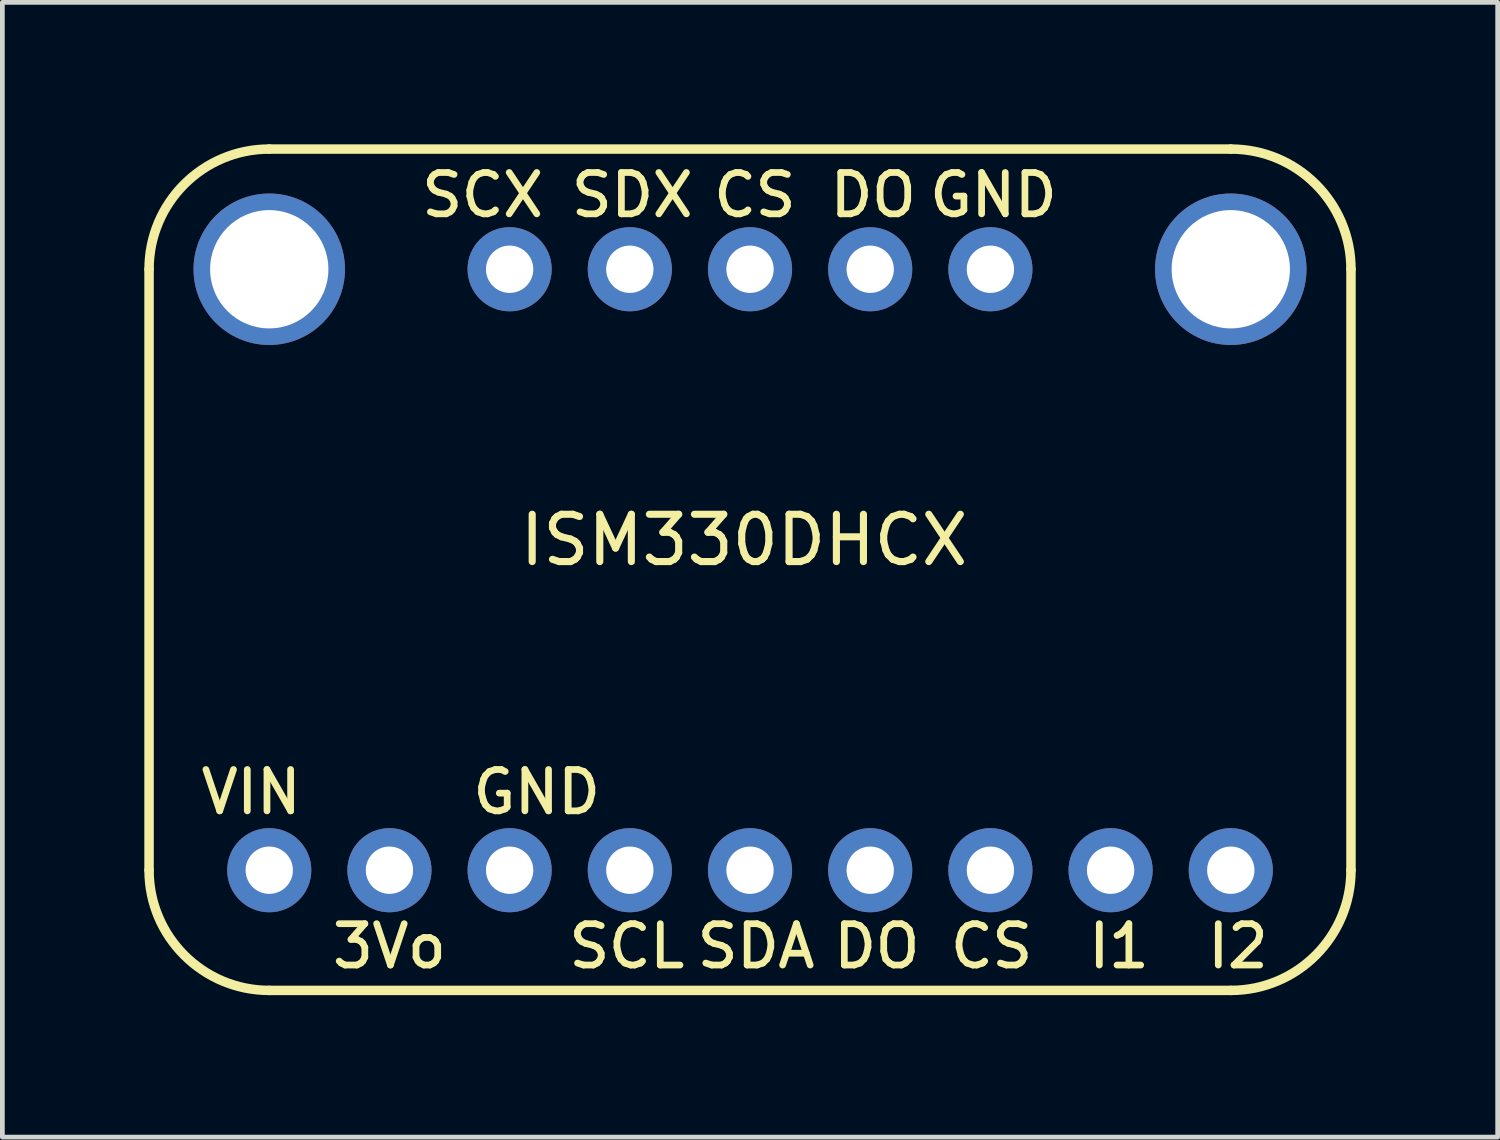
<source format=kicad_pcb>
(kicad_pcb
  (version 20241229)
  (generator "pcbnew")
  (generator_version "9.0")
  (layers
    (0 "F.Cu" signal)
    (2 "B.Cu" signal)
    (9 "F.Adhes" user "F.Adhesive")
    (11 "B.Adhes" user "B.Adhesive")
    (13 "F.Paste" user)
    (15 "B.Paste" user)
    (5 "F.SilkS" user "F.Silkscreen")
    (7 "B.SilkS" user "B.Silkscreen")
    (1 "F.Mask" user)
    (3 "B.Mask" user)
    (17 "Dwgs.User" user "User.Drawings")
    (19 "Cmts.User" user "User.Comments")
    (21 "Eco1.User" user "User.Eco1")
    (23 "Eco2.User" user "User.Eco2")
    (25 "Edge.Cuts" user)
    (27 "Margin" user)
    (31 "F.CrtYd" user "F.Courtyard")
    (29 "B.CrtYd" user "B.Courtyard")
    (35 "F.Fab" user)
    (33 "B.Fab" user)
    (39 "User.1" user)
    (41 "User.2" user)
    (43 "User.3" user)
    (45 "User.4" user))
  (footprint "ISM330DHCX"
    (layer "F.Cu")
    (at 12.673 8.863)
    (property "Reference" "ISM330DHCX" (at 0 -0.5 0) (unlocked yes) (layer "F.SilkS") (effects (font (size 1 1) (thickness 0.15))))
    (attr through_hole)
    (fp_line (start -12.573 -6.223) (end -12.573 6.477) (stroke (width 0.2) (type solid)) (layer "F.SilkS"))
    (fp_line (start -10.033 9.017) (end 10.287 9.017) (stroke (width 0.2) (type solid)) (layer "F.SilkS"))
    (fp_line (start 10.287 -8.763) (end -10.033 -8.763) (stroke (width 0.2) (type solid)) (layer "F.SilkS"))
    (fp_line (start 12.827 6.477) (end 12.827 -6.223) (stroke (width 0.2) (type solid)) (layer "F.SilkS"))
    (fp_arc (start -12.573 -6.223) (mid -11.829051 -8.019051) (end -10.033 -8.763) (stroke (width 0.2) (type solid)) (layer "F.SilkS"))
    (fp_arc (start -10.033 9.017) (mid -11.829051 8.273051) (end -12.573 6.477) (stroke (width 0.2) (type solid)) (layer "F.SilkS"))
    (fp_arc (start 10.287 -8.763) (mid 12.083051 -8.019051) (end 12.827 -6.223) (stroke (width 0.2) (type solid)) (layer "F.SilkS"))
    (fp_arc (start 12.827 6.477) (mid 12.083051 8.273051) (end 10.287 9.017) (stroke (width 0.2) (type solid)) (layer "F.SilkS"))
    (fp_text user "3Vo" (at -7.493 8.084 0) (layer "F.SilkS") (effects (font (size 0.874 0.874) (thickness 0.142))))
    (fp_text user "I1" (at 7.925 8.084 0) (layer "F.SilkS") (effects (font (size 0.874 0.874) (thickness 0.142))))
    (fp_text user "SDX" (at -2.362 -7.791 0) (layer "F.SilkS") (effects (font (size 0.874 0.874) (thickness 0.142))))
    (fp_text user "DO" (at 2.807 8.084 0) (layer "F.SilkS") (effects (font (size 0.874 0.874) (thickness 0.142))))
    (fp_text user "GND" (at 5.271 -7.791 0) (layer "F.SilkS") (effects (font (size 0.874 0.874) (thickness 0.142))))
    (fp_text user "VIN" (at -10.414 4.826 0) (layer "F.SilkS") (effects (font (size 0.874 0.874) (thickness 0.142))))
    (fp_text user "SCX" (at -5.524 -7.791 0) (layer "F.SilkS") (effects (font (size 0.874 0.874) (thickness 0.142))))
    (fp_text user "SDA" (at 0.254 8.084 0) (layer "F.SilkS") (effects (font (size 0.874 0.874) (thickness 0.142))))
    (fp_text user "SCL" (at -2.477 8.084 0) (layer "F.SilkS") (effects (font (size 0.874 0.874) (thickness 0.142))))
    (fp_text user "GND" (at -4.381 4.826 0) (layer "F.SilkS") (effects (font (size 0.874 0.874) (thickness 0.142))))
    (fp_text user "CS" (at 5.232 8.084 0) (layer "F.SilkS") (effects (font (size 0.874 0.874) (thickness 0.142))))
    (fp_text user "DO" (at 2.731 -7.791 0) (layer "F.SilkS") (effects (font (size 0.874 0.874) (thickness 0.142))))
    (fp_text user "I2" (at 10.439 8.084 0) (layer "F.SilkS") (effects (font (size 0.874 0.874) (thickness 0.142))))
    (fp_text user "CS" (at 0.229 -7.791 0) (layer "F.SilkS") (effects (font (size 0.874 0.874) (thickness 0.142))))
    (pad "1" thru_hole circle (at -10.033 6.477 90) (size 1.778 1.778) (drill 1) (layers "*.Cu" "*.Mask"))
    (pad "2" thru_hole circle (at -7.493 6.477 90) (size 1.778 1.778) (drill 1) (layers "*.Cu" "*.Mask"))
    (pad "3" thru_hole circle (at -4.953 6.477 90) (size 1.778 1.778) (drill 1) (layers "*.Cu" "*.Mask"))
    (pad "4" thru_hole circle (at -2.413 6.477 90) (size 1.778 1.778) (drill 1) (layers "*.Cu" "*.Mask"))
    (pad "5" thru_hole circle (at 0.127 6.477 90) (size 1.778 1.778) (drill 1) (layers "*.Cu" "*.Mask"))
    (pad "6" thru_hole circle (at 2.667 6.477 90) (size 1.778 1.778) (drill 1) (layers "*.Cu" "*.Mask"))
    (pad "7" thru_hole circle (at 5.207 6.477 90) (size 1.778 1.778) (drill 1) (layers "*.Cu" "*.Mask"))
    (pad "8" thru_hole circle (at 7.747 6.477 90) (size 1.778 1.778) (drill 1) (layers "*.Cu" "*.Mask"))
    (pad "9" thru_hole circle (at 10.287 6.477 90) (size 1.778 1.778) (drill 1) (layers "*.Cu" "*.Mask"))
    (pad "10" thru_hole circle (at 5.207 -6.223 270) (size 1.778 1.778) (drill 1) (layers "*.Cu" "*.Mask"))
    (pad "11" thru_hole circle (at 2.667 -6.223 270) (size 1.778 1.778) (drill 1) (layers "*.Cu" "*.Mask"))
    (pad "12" thru_hole circle (at 0.127 -6.223 270) (size 1.778 1.778) (drill 1) (layers "*.Cu" "*.Mask"))
    (pad "13" thru_hole circle (at -2.413 -6.223 270) (size 1.778 1.778) (drill 1) (layers "*.Cu" "*.Mask"))
    (pad "14" thru_hole circle (at -4.953 -6.223 270) (size 1.778 1.778) (drill 1) (layers "*.Cu" "*.Mask"))
    (pad "P$1" thru_hole circle (at -10.033 -6.223) (size 3.2 3.2) (drill 2.5) (layers "*.Cu" "*.Mask"))
    (pad "P$1" thru_hole circle (at 10.287 -6.223) (size 3.2 3.2) (drill 2.5) (layers "*.Cu" "*.Mask")))
  (gr_rect
    (start -3 -3)
    (end 28.6 20.98)
    (stroke (width 0.1) (type default))
    (fill no)
    (layer "Edge.Cuts")))
</source>
